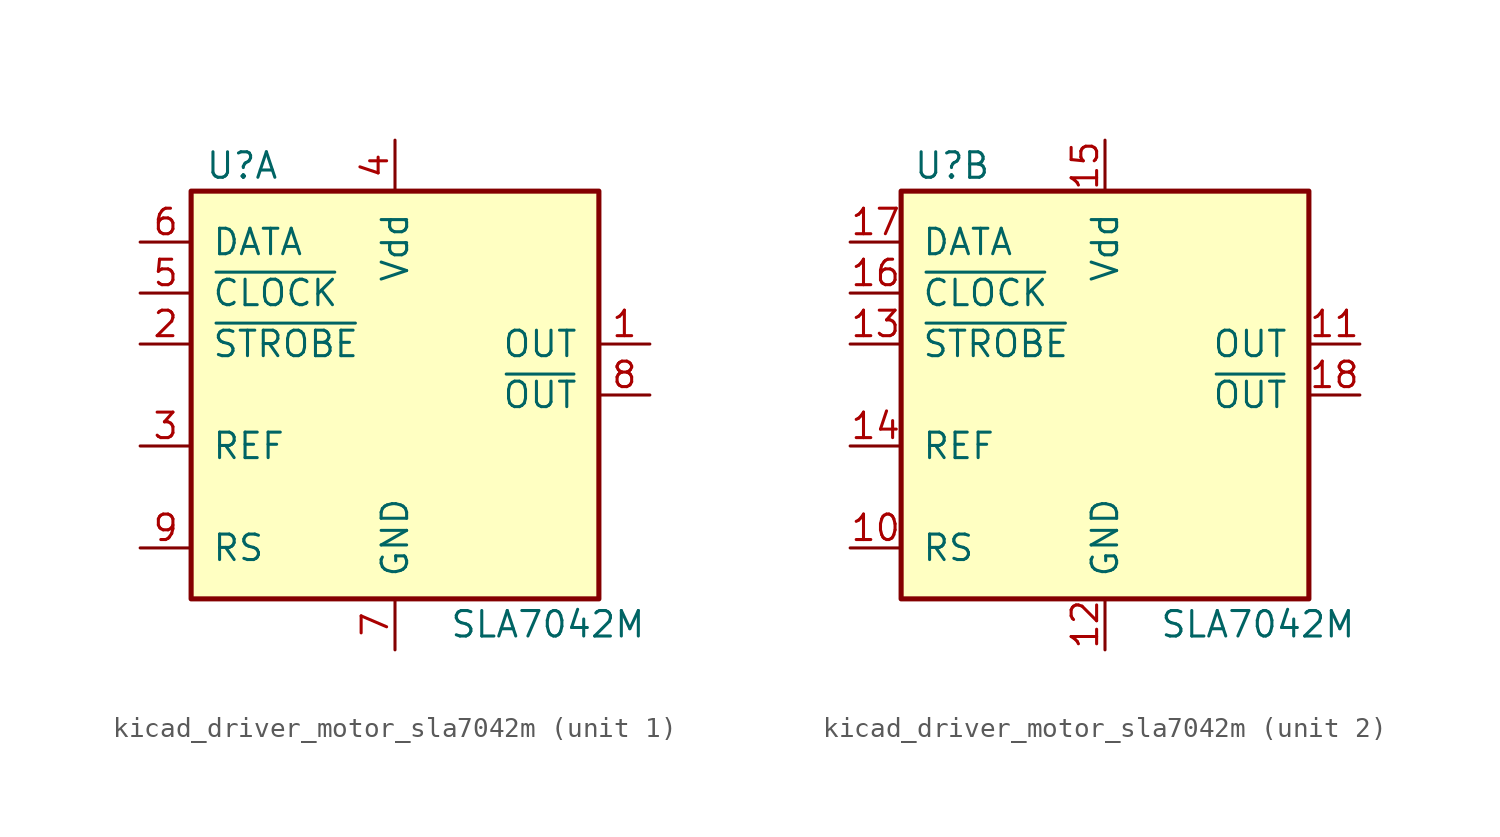
<source format=kicad_sym>
(kicad_symbol_lib
  (version 20220914)
  (generator kicad_symbol_editor)
  (symbol "kicad_driver_motor_sla7042m"
    (pin_names
      (offset 1.016))
    (property "Reference" "U"
      (at -7.62 11.43 0)
      (effects (font (size 1.27 1.27))))
    (property "Value" "SLA7042M"
      (at 7.62 -11.43 0)
      (effects (font (size 1.27 1.27))))
    (symbol "kicad_driver_motor_sla7042m_0_1"
      (rectangle (start -10.16 10.16) (end 10.16 -10.16) (stroke (width 0.254) (type default)) (fill (type background))))
    (symbol "kicad_driver_motor_sla7042m_1_1"
      (pin output line (at 12.7 2.54 180) (length 2.54) (name "OUT" (effects (font (size 1.27 1.27)))) (number "1" (effects (font (size 1.27 1.27)))))
      (pin input line (at -12.7 2.54 0) (length 2.54) (name "~{STROBE}" (effects (font (size 1.27 1.27)))) (number "2" (effects (font (size 1.27 1.27)))))
      (pin input line (at -12.7 -2.54 0) (length 2.54) (name "REF" (effects (font (size 1.27 1.27)))) (number "3" (effects (font (size 1.27 1.27)))))
      (pin power_in line (at 0 12.7 270) (length 2.54) (name "Vdd" (effects (font (size 1.27 1.27)))) (number "4" (effects (font (size 1.27 1.27)))))
      (pin input line (at -12.7 5.08 0) (length 2.54) (name "~{CLOCK}" (effects (font (size 1.27 1.27)))) (number "5" (effects (font (size 1.27 1.27)))))
      (pin input line (at -12.7 7.62 0) (length 2.54) (name "DATA" (effects (font (size 1.27 1.27)))) (number "6" (effects (font (size 1.27 1.27)))))
      (pin power_in line (at 0 -12.7 90) (length 2.54) (name "GND" (effects (font (size 1.27 1.27)))) (number "7" (effects (font (size 1.27 1.27)))))
      (pin output line (at 12.7 0 180) (length 2.54) (name "~{OUT}" (effects (font (size 1.27 1.27)))) (number "8" (effects (font (size 1.27 1.27)))))
      (pin input line (at -12.7 -7.62 0) (length 2.54) (name "RS" (effects (font (size 1.27 1.27)))) (number "9" (effects (font (size 1.27 1.27))))))
    (symbol "kicad_driver_motor_sla7042m_2_1"
      (pin input line (at -12.7 -7.62 0) (length 2.54) (name "RS" (effects (font (size 1.27 1.27)))) (number "10" (effects (font (size 1.27 1.27)))))
      (pin output line (at 12.7 2.54 180) (length 2.54) (name "OUT" (effects (font (size 1.27 1.27)))) (number "11" (effects (font (size 1.27 1.27)))))
      (pin power_in line (at 0 -12.7 90) (length 2.54) (name "GND" (effects (font (size 1.27 1.27)))) (number "12" (effects (font (size 1.27 1.27)))))
      (pin input line (at -12.7 2.54 0) (length 2.54) (name "~{STROBE}" (effects (font (size 1.27 1.27)))) (number "13" (effects (font (size 1.27 1.27)))))
      (pin input line (at -12.7 -2.54 0) (length 2.54) (name "REF" (effects (font (size 1.27 1.27)))) (number "14" (effects (font (size 1.27 1.27)))))
      (pin power_in line (at 0 12.7 270) (length 2.54) (name "Vdd" (effects (font (size 1.27 1.27)))) (number "15" (effects (font (size 1.27 1.27)))))
      (pin input line (at -12.7 5.08 0) (length 2.54) (name "~{CLOCK}" (effects (font (size 1.27 1.27)))) (number "16" (effects (font (size 1.27 1.27)))))
      (pin input line (at -12.7 7.62 0) (length 2.54) (name "DATA" (effects (font (size 1.27 1.27)))) (number "17" (effects (font (size 1.27 1.27)))))
      (pin output line (at 12.7 0 180) (length 2.54) (name "~{OUT}" (effects (font (size 1.27 1.27)))) (number "18" (effects (font (size 1.27 1.27))))))))
</source>
